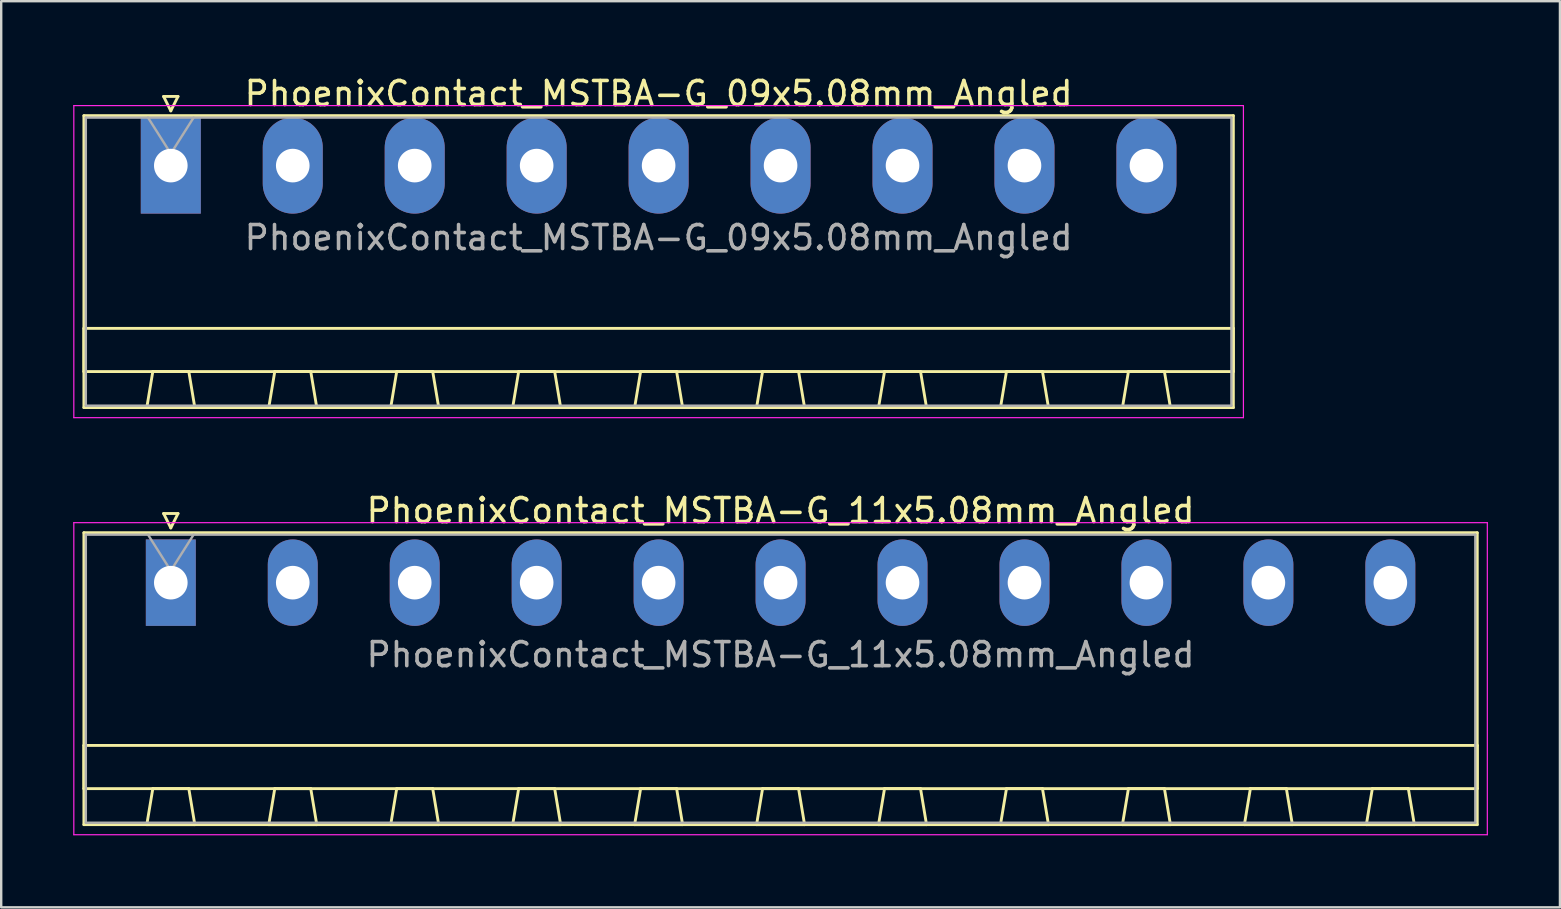
<source format=kicad_pcb>
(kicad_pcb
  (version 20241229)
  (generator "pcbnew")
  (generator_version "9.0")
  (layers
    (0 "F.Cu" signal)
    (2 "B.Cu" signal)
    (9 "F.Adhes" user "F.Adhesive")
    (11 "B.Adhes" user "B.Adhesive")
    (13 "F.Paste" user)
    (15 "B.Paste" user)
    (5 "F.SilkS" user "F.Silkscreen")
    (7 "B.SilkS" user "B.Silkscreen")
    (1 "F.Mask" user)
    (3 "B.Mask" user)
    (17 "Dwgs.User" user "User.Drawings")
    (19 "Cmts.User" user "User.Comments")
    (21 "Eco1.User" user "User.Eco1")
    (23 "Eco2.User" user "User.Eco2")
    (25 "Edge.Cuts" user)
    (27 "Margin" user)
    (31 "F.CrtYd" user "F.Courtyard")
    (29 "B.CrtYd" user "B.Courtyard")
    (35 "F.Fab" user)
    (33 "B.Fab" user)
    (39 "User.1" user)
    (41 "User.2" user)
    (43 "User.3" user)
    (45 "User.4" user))
  (footprint "PhoenixContact_MSTBA-G_09x5.08mm_Angled"
    (layer "F.Cu")
    (at 4.065 3.848)
    (property "Reference" "PhoenixContact_MSTBA-G_09x5.08mm_Angled" (at 20.32 -3 0) (layer "F.SilkS") (effects (font (size 1 1) (thickness 0.15))))
    (attr through_hole)
    (fp_line (start -3.62 -2.08) (end -3.62 10.08) (stroke (width 0.12) (type solid)) (layer "F.SilkS"))
    (fp_line (start -3.62 6.78) (end 44.26 6.78) (stroke (width 0.12) (type solid)) (layer "F.SilkS"))
    (fp_line (start -3.62 8.58) (end -3.62 6.78) (stroke (width 0.12) (type solid)) (layer "F.SilkS"))
    (fp_line (start -3.62 10.08) (end 44.26 10.08) (stroke (width 0.12) (type solid)) (layer "F.SilkS"))
    (fp_line (start -1 10.08) (end 1 10.08) (stroke (width 0.12) (type solid)) (layer "F.SilkS"))
    (fp_line (start -0.75 8.58) (end -1 10.08) (stroke (width 0.12) (type solid)) (layer "F.SilkS"))
    (fp_line (start -0.3 -2.88) (end 0.3 -2.88) (stroke (width 0.12) (type solid)) (layer "F.SilkS"))
    (fp_line (start 0 -2.28) (end -0.3 -2.88) (stroke (width 0.12) (type solid)) (layer "F.SilkS"))
    (fp_line (start 0.3 -2.88) (end 0 -2.28) (stroke (width 0.12) (type solid)) (layer "F.SilkS"))
    (fp_line (start 0.75 8.58) (end -0.75 8.58) (stroke (width 0.12) (type solid)) (layer "F.SilkS"))
    (fp_line (start 1 10.08) (end 0.75 8.58) (stroke (width 0.12) (type solid)) (layer "F.SilkS"))
    (fp_line (start 4.08 10.08) (end 6.08 10.08) (stroke (width 0.12) (type solid)) (layer "F.SilkS"))
    (fp_line (start 4.33 8.58) (end 4.08 10.08) (stroke (width 0.12) (type solid)) (layer "F.SilkS"))
    (fp_line (start 5.83 8.58) (end 4.33 8.58) (stroke (width 0.12) (type solid)) (layer "F.SilkS"))
    (fp_line (start 6.08 10.08) (end 5.83 8.58) (stroke (width 0.12) (type solid)) (layer "F.SilkS"))
    (fp_line (start 9.16 10.08) (end 11.16 10.08) (stroke (width 0.12) (type solid)) (layer "F.SilkS"))
    (fp_line (start 9.41 8.58) (end 9.16 10.08) (stroke (width 0.12) (type solid)) (layer "F.SilkS"))
    (fp_line (start 10.91 8.58) (end 9.41 8.58) (stroke (width 0.12) (type solid)) (layer "F.SilkS"))
    (fp_line (start 11.16 10.08) (end 10.91 8.58) (stroke (width 0.12) (type solid)) (layer "F.SilkS"))
    (fp_line (start 14.24 10.08) (end 16.24 10.08) (stroke (width 0.12) (type solid)) (layer "F.SilkS"))
    (fp_line (start 14.49 8.58) (end 14.24 10.08) (stroke (width 0.12) (type solid)) (layer "F.SilkS"))
    (fp_line (start 15.99 8.58) (end 14.49 8.58) (stroke (width 0.12) (type solid)) (layer "F.SilkS"))
    (fp_line (start 16.24 10.08) (end 15.99 8.58) (stroke (width 0.12) (type solid)) (layer "F.SilkS"))
    (fp_line (start 19.32 10.08) (end 21.32 10.08) (stroke (width 0.12) (type solid)) (layer "F.SilkS"))
    (fp_line (start 19.57 8.58) (end 19.32 10.08) (stroke (width 0.12) (type solid)) (layer "F.SilkS"))
    (fp_line (start 21.07 8.58) (end 19.57 8.58) (stroke (width 0.12) (type solid)) (layer "F.SilkS"))
    (fp_line (start 21.32 10.08) (end 21.07 8.58) (stroke (width 0.12) (type solid)) (layer "F.SilkS"))
    (fp_line (start 24.4 10.08) (end 26.4 10.08) (stroke (width 0.12) (type solid)) (layer "F.SilkS"))
    (fp_line (start 24.65 8.58) (end 24.4 10.08) (stroke (width 0.12) (type solid)) (layer "F.SilkS"))
    (fp_line (start 26.15 8.58) (end 24.65 8.58) (stroke (width 0.12) (type solid)) (layer "F.SilkS"))
    (fp_line (start 26.4 10.08) (end 26.15 8.58) (stroke (width 0.12) (type solid)) (layer "F.SilkS"))
    (fp_line (start 29.48 10.08) (end 31.48 10.08) (stroke (width 0.12) (type solid)) (layer "F.SilkS"))
    (fp_line (start 29.73 8.58) (end 29.48 10.08) (stroke (width 0.12) (type solid)) (layer "F.SilkS"))
    (fp_line (start 31.23 8.58) (end 29.73 8.58) (stroke (width 0.12) (type solid)) (layer "F.SilkS"))
    (fp_line (start 31.48 10.08) (end 31.23 8.58) (stroke (width 0.12) (type solid)) (layer "F.SilkS"))
    (fp_line (start 34.56 10.08) (end 36.56 10.08) (stroke (width 0.12) (type solid)) (layer "F.SilkS"))
    (fp_line (start 34.81 8.58) (end 34.56 10.08) (stroke (width 0.12) (type solid)) (layer "F.SilkS"))
    (fp_line (start 36.31 8.58) (end 34.81 8.58) (stroke (width 0.12) (type solid)) (layer "F.SilkS"))
    (fp_line (start 36.56 10.08) (end 36.31 8.58) (stroke (width 0.12) (type solid)) (layer "F.SilkS"))
    (fp_line (start 39.64 10.08) (end 41.64 10.08) (stroke (width 0.12) (type solid)) (layer "F.SilkS"))
    (fp_line (start 39.89 8.58) (end 39.64 10.08) (stroke (width 0.12) (type solid)) (layer "F.SilkS"))
    (fp_line (start 41.39 8.58) (end 39.89 8.58) (stroke (width 0.12) (type solid)) (layer "F.SilkS"))
    (fp_line (start 41.64 10.08) (end 41.39 8.58) (stroke (width 0.12) (type solid)) (layer "F.SilkS"))
    (fp_line (start 44.26 -2.08) (end -3.62 -2.08) (stroke (width 0.12) (type solid)) (layer "F.SilkS"))
    (fp_line (start 44.26 6.78) (end 44.26 8.58) (stroke (width 0.12) (type solid)) (layer "F.SilkS"))
    (fp_line (start 44.26 8.58) (end -3.62 8.58) (stroke (width 0.12) (type solid)) (layer "F.SilkS"))
    (fp_line (start 44.26 10.08) (end 44.26 -2.08) (stroke (width 0.12) (type solid)) (layer "F.SilkS"))
    (fp_line (start -4.04 -2.5) (end -4.04 10.5) (stroke (width 0.05) (type solid)) (layer "F.CrtYd"))
    (fp_line (start -4.04 10.5) (end 44.68 10.5) (stroke (width 0.05) (type solid)) (layer "F.CrtYd"))
    (fp_line (start 44.68 -2.5) (end -4.04 -2.5) (stroke (width 0.05) (type solid)) (layer "F.CrtYd"))
    (fp_line (start 44.68 10.5) (end 44.68 -2.5) (stroke (width 0.05) (type solid)) (layer "F.CrtYd"))
    (fp_line (start -3.54 -2) (end -3.54 10) (stroke (width 0.1) (type solid)) (layer "F.Fab"))
    (fp_line (start -3.54 10) (end 44.18 10) (stroke (width 0.1) (type solid)) (layer "F.Fab"))
    (fp_line (start 0 -0.5) (end -0.95 -2) (stroke (width 0.1) (type solid)) (layer "F.Fab"))
    (fp_line (start 0.95 -2) (end 0 -0.5) (stroke (width 0.1) (type solid)) (layer "F.Fab"))
    (fp_line (start 44.18 -2) (end -3.54 -2) (stroke (width 0.1) (type solid)) (layer "F.Fab"))
    (fp_line (start 44.18 10) (end 44.18 -2) (stroke (width 0.1) (type solid)) (layer "F.Fab"))
    (fp_text user "${REFERENCE}" (at 20.32 3 0) (layer "F.Fab") (effects (font (size 1 1) (thickness 0.15))))
    (pad "1" thru_hole rect (at 0 0) (size 2.5 4) (drill 1.4) (layers "*.Cu" "*.Mask"))
    (pad "2" thru_hole oval (at 5.08 0) (size 2.5 4) (drill 1.4) (layers "*.Cu" "*.Mask"))
    (pad "3" thru_hole oval (at 10.16 0) (size 2.5 4) (drill 1.4) (layers "*.Cu" "*.Mask"))
    (pad "4" thru_hole oval (at 15.24 0) (size 2.5 4) (drill 1.4) (layers "*.Cu" "*.Mask"))
    (pad "5" thru_hole oval (at 20.32 0) (size 2.5 4) (drill 1.4) (layers "*.Cu" "*.Mask"))
    (pad "6" thru_hole oval (at 25.4 0) (size 2.5 4) (drill 1.4) (layers "*.Cu" "*.Mask"))
    (pad "7" thru_hole oval (at 30.48 0) (size 2.5 4) (drill 1.4) (layers "*.Cu" "*.Mask"))
    (pad "8" thru_hole oval (at 35.56 0) (size 2.5 4) (drill 1.4) (layers "*.Cu" "*.Mask"))
    (pad "9" thru_hole oval (at 40.64 0) (size 2.5 4) (drill 1.4) (layers "*.Cu" "*.Mask")))
  (footprint "PhoenixContact_MSTBA-G_11x5.08mm_Angled"
    (layer "F.Cu")
    (at 4.065 21.221)
    (property "Reference" "PhoenixContact_MSTBA-G_11x5.08mm_Angled" (at 25.4 -3 0) (layer "F.SilkS") (effects (font (size 1 1) (thickness 0.15))))
    (attr through_hole)
    (fp_line (start -3.62 -2.08) (end -3.62 10.08) (stroke (width 0.12) (type solid)) (layer "F.SilkS"))
    (fp_line (start -3.62 6.78) (end 54.42 6.78) (stroke (width 0.12) (type solid)) (layer "F.SilkS"))
    (fp_line (start -3.62 8.58) (end -3.62 6.78) (stroke (width 0.12) (type solid)) (layer "F.SilkS"))
    (fp_line (start -3.62 10.08) (end 54.42 10.08) (stroke (width 0.12) (type solid)) (layer "F.SilkS"))
    (fp_line (start -1 10.08) (end 1 10.08) (stroke (width 0.12) (type solid)) (layer "F.SilkS"))
    (fp_line (start -0.75 8.58) (end -1 10.08) (stroke (width 0.12) (type solid)) (layer "F.SilkS"))
    (fp_line (start -0.3 -2.88) (end 0.3 -2.88) (stroke (width 0.12) (type solid)) (layer "F.SilkS"))
    (fp_line (start 0 -2.28) (end -0.3 -2.88) (stroke (width 0.12) (type solid)) (layer "F.SilkS"))
    (fp_line (start 0.3 -2.88) (end 0 -2.28) (stroke (width 0.12) (type solid)) (layer "F.SilkS"))
    (fp_line (start 0.75 8.58) (end -0.75 8.58) (stroke (width 0.12) (type solid)) (layer "F.SilkS"))
    (fp_line (start 1 10.08) (end 0.75 8.58) (stroke (width 0.12) (type solid)) (layer "F.SilkS"))
    (fp_line (start 4.08 10.08) (end 6.08 10.08) (stroke (width 0.12) (type solid)) (layer "F.SilkS"))
    (fp_line (start 4.33 8.58) (end 4.08 10.08) (stroke (width 0.12) (type solid)) (layer "F.SilkS"))
    (fp_line (start 5.83 8.58) (end 4.33 8.58) (stroke (width 0.12) (type solid)) (layer "F.SilkS"))
    (fp_line (start 6.08 10.08) (end 5.83 8.58) (stroke (width 0.12) (type solid)) (layer "F.SilkS"))
    (fp_line (start 9.16 10.08) (end 11.16 10.08) (stroke (width 0.12) (type solid)) (layer "F.SilkS"))
    (fp_line (start 9.41 8.58) (end 9.16 10.08) (stroke (width 0.12) (type solid)) (layer "F.SilkS"))
    (fp_line (start 10.91 8.58) (end 9.41 8.58) (stroke (width 0.12) (type solid)) (layer "F.SilkS"))
    (fp_line (start 11.16 10.08) (end 10.91 8.58) (stroke (width 0.12) (type solid)) (layer "F.SilkS"))
    (fp_line (start 14.24 10.08) (end 16.24 10.08) (stroke (width 0.12) (type solid)) (layer "F.SilkS"))
    (fp_line (start 14.49 8.58) (end 14.24 10.08) (stroke (width 0.12) (type solid)) (layer "F.SilkS"))
    (fp_line (start 15.99 8.58) (end 14.49 8.58) (stroke (width 0.12) (type solid)) (layer "F.SilkS"))
    (fp_line (start 16.24 10.08) (end 15.99 8.58) (stroke (width 0.12) (type solid)) (layer "F.SilkS"))
    (fp_line (start 19.32 10.08) (end 21.32 10.08) (stroke (width 0.12) (type solid)) (layer "F.SilkS"))
    (fp_line (start 19.57 8.58) (end 19.32 10.08) (stroke (width 0.12) (type solid)) (layer "F.SilkS"))
    (fp_line (start 21.07 8.58) (end 19.57 8.58) (stroke (width 0.12) (type solid)) (layer "F.SilkS"))
    (fp_line (start 21.32 10.08) (end 21.07 8.58) (stroke (width 0.12) (type solid)) (layer "F.SilkS"))
    (fp_line (start 24.4 10.08) (end 26.4 10.08) (stroke (width 0.12) (type solid)) (layer "F.SilkS"))
    (fp_line (start 24.65 8.58) (end 24.4 10.08) (stroke (width 0.12) (type solid)) (layer "F.SilkS"))
    (fp_line (start 26.15 8.58) (end 24.65 8.58) (stroke (width 0.12) (type solid)) (layer "F.SilkS"))
    (fp_line (start 26.4 10.08) (end 26.15 8.58) (stroke (width 0.12) (type solid)) (layer "F.SilkS"))
    (fp_line (start 29.48 10.08) (end 31.48 10.08) (stroke (width 0.12) (type solid)) (layer "F.SilkS"))
    (fp_line (start 29.73 8.58) (end 29.48 10.08) (stroke (width 0.12) (type solid)) (layer "F.SilkS"))
    (fp_line (start 31.23 8.58) (end 29.73 8.58) (stroke (width 0.12) (type solid)) (layer "F.SilkS"))
    (fp_line (start 31.48 10.08) (end 31.23 8.58) (stroke (width 0.12) (type solid)) (layer "F.SilkS"))
    (fp_line (start 34.56 10.08) (end 36.56 10.08) (stroke (width 0.12) (type solid)) (layer "F.SilkS"))
    (fp_line (start 34.81 8.58) (end 34.56 10.08) (stroke (width 0.12) (type solid)) (layer "F.SilkS"))
    (fp_line (start 36.31 8.58) (end 34.81 8.58) (stroke (width 0.12) (type solid)) (layer "F.SilkS"))
    (fp_line (start 36.56 10.08) (end 36.31 8.58) (stroke (width 0.12) (type solid)) (layer "F.SilkS"))
    (fp_line (start 39.64 10.08) (end 41.64 10.08) (stroke (width 0.12) (type solid)) (layer "F.SilkS"))
    (fp_line (start 39.89 8.58) (end 39.64 10.08) (stroke (width 0.12) (type solid)) (layer "F.SilkS"))
    (fp_line (start 41.39 8.58) (end 39.89 8.58) (stroke (width 0.12) (type solid)) (layer "F.SilkS"))
    (fp_line (start 41.64 10.08) (end 41.39 8.58) (stroke (width 0.12) (type solid)) (layer "F.SilkS"))
    (fp_line (start 44.72 10.08) (end 46.72 10.08) (stroke (width 0.12) (type solid)) (layer "F.SilkS"))
    (fp_line (start 44.97 8.58) (end 44.72 10.08) (stroke (width 0.12) (type solid)) (layer "F.SilkS"))
    (fp_line (start 46.47 8.58) (end 44.97 8.58) (stroke (width 0.12) (type solid)) (layer "F.SilkS"))
    (fp_line (start 46.72 10.08) (end 46.47 8.58) (stroke (width 0.12) (type solid)) (layer "F.SilkS"))
    (fp_line (start 49.8 10.08) (end 51.8 10.08) (stroke (width 0.12) (type solid)) (layer "F.SilkS"))
    (fp_line (start 50.05 8.58) (end 49.8 10.08) (stroke (width 0.12) (type solid)) (layer "F.SilkS"))
    (fp_line (start 51.55 8.58) (end 50.05 8.58) (stroke (width 0.12) (type solid)) (layer "F.SilkS"))
    (fp_line (start 51.8 10.08) (end 51.55 8.58) (stroke (width 0.12) (type solid)) (layer "F.SilkS"))
    (fp_line (start 54.42 -2.08) (end -3.62 -2.08) (stroke (width 0.12) (type solid)) (layer "F.SilkS"))
    (fp_line (start 54.42 6.78) (end 54.42 8.58) (stroke (width 0.12) (type solid)) (layer "F.SilkS"))
    (fp_line (start 54.42 8.58) (end -3.62 8.58) (stroke (width 0.12) (type solid)) (layer "F.SilkS"))
    (fp_line (start 54.42 10.08) (end 54.42 -2.08) (stroke (width 0.12) (type solid)) (layer "F.SilkS"))
    (fp_line (start -4.04 -2.5) (end -4.04 10.5) (stroke (width 0.05) (type solid)) (layer "F.CrtYd"))
    (fp_line (start -4.04 10.5) (end 54.84 10.5) (stroke (width 0.05) (type solid)) (layer "F.CrtYd"))
    (fp_line (start 54.84 -2.5) (end -4.04 -2.5) (stroke (width 0.05) (type solid)) (layer "F.CrtYd"))
    (fp_line (start 54.84 10.5) (end 54.84 -2.5) (stroke (width 0.05) (type solid)) (layer "F.CrtYd"))
    (fp_line (start -3.54 -2) (end -3.54 10) (stroke (width 0.1) (type solid)) (layer "F.Fab"))
    (fp_line (start -3.54 10) (end 54.34 10) (stroke (width 0.1) (type solid)) (layer "F.Fab"))
    (fp_line (start 0 -0.5) (end -0.95 -2) (stroke (width 0.1) (type solid)) (layer "F.Fab"))
    (fp_line (start 0.95 -2) (end 0 -0.5) (stroke (width 0.1) (type solid)) (layer "F.Fab"))
    (fp_line (start 54.34 -2) (end -3.54 -2) (stroke (width 0.1) (type solid)) (layer "F.Fab"))
    (fp_line (start 54.34 10) (end 54.34 -2) (stroke (width 0.1) (type solid)) (layer "F.Fab"))
    (fp_text user "${REFERENCE}" (at 25.4 3 0) (layer "F.Fab") (effects (font (size 1 1) (thickness 0.15))))
    (pad "1" thru_hole rect (at 0 0) (size 2.08 3.6) (drill 1.4) (layers "*.Cu" "*.Mask"))
    (pad "2" thru_hole oval (at 5.08 0) (size 2.08 3.6) (drill 1.4) (layers "*.Cu" "*.Mask"))
    (pad "3" thru_hole oval (at 10.16 0) (size 2.08 3.6) (drill 1.4) (layers "*.Cu" "*.Mask"))
    (pad "4" thru_hole oval (at 15.24 0) (size 2.08 3.6) (drill 1.4) (layers "*.Cu" "*.Mask"))
    (pad "5" thru_hole oval (at 20.32 0) (size 2.08 3.6) (drill 1.4) (layers "*.Cu" "*.Mask"))
    (pad "6" thru_hole oval (at 25.4 0) (size 2.08 3.6) (drill 1.4) (layers "*.Cu" "*.Mask"))
    (pad "7" thru_hole oval (at 30.48 0) (size 2.08 3.6) (drill 1.4) (layers "*.Cu" "*.Mask"))
    (pad "8" thru_hole oval (at 35.56 0) (size 2.08 3.6) (drill 1.4) (layers "*.Cu" "*.Mask"))
    (pad "9" thru_hole oval (at 40.64 0) (size 2.08 3.6) (drill 1.4) (layers "*.Cu" "*.Mask"))
    (pad "10" thru_hole oval (at 45.72 0) (size 2.08 3.6) (drill 1.4) (layers "*.Cu" "*.Mask"))
    (pad "11" thru_hole oval (at 50.8 0) (size 2.08 3.6) (drill 1.4) (layers "*.Cu" "*.Mask")))
  (gr_rect
    (start -3 -3)
    (end 61.93 34.746)
    (stroke (width 0.1) (type default))
    (fill no)
    (layer "Edge.Cuts")))
</source>
